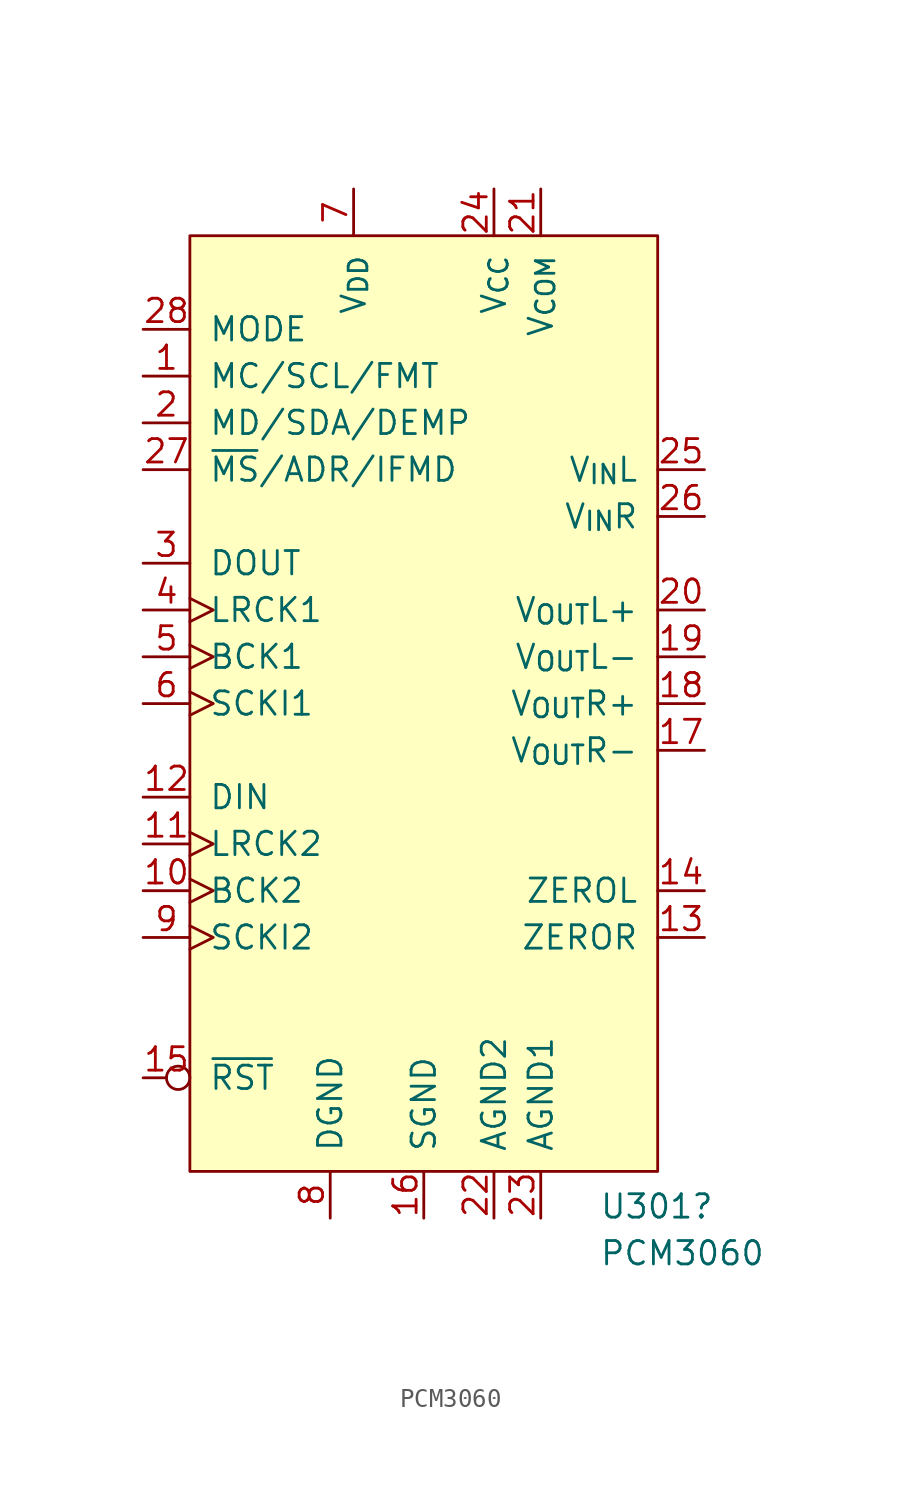
<source format=kicad_sym>
(kicad_symbol_lib
  (version 20220914)
  (generator kicad_symbol_editor)
  (symbol "PCM3060"
    (pin_names
      (offset 1.016))
    (property "Reference" "U301"
      (at 9.525 -27.305 0)
      (effects (font (size 1.27 1.27)) (justify left)))
    (property "Value" "PCM3060"
      (at 9.525 -29.845 0)
      (effects (font (size 1.27 1.27)) (justify left)))
    (symbol "PCM3060_0_0"
      (pin input line (at -15.24 17.78 0) (length 2.54) (name "MC/SCL/FMT" (effects (font (size 1.27 1.27)))) (number "1" (effects (font (size 1.27 1.27)))))
      (pin bidirectional clock (at -15.24 -10.16 0) (length 2.54) (name "BCK2" (effects (font (size 1.27 1.27)))) (number "10" (effects (font (size 1.27 1.27)))))
      (pin bidirectional clock (at -15.24 -7.62 0) (length 2.54) (name "LRCK2" (effects (font (size 1.27 1.27)))) (number "11" (effects (font (size 1.27 1.27)))))
      (pin input line (at -15.24 -5.08 0) (length 2.54) (name "DIN" (effects (font (size 1.27 1.27)))) (number "12" (effects (font (size 1.27 1.27)))))
      (pin output line (at 15.24 -12.7 180) (length 2.54) (name "ZEROR" (effects (font (size 1.27 1.27)))) (number "13" (effects (font (size 1.27 1.27)))))
      (pin output line (at 15.24 -10.16 180) (length 2.54) (name "ZEROL" (effects (font (size 1.27 1.27)))) (number "14" (effects (font (size 1.27 1.27)))))
      (pin input inverted (at -15.24 -20.32 0) (length 2.54) (name "~{RST}" (effects (font (size 1.27 1.27)))) (number "15" (effects (font (size 1.27 1.27)))))
      (pin power_in line (at 0 -27.94 90) (length 2.54) (name "SGND" (effects (font (size 1.27 1.27)))) (number "16" (effects (font (size 1.27 1.27)))))
      (pin output line (at 15.24 -2.54 180) (length 2.54) (name "V_{OUT}R-" (effects (font (size 1.27 1.27)))) (number "17" (effects (font (size 1.27 1.27)))))
      (pin output line (at 15.24 0 180) (length 2.54) (name "V_{OUT}R+" (effects (font (size 1.27 1.27)))) (number "18" (effects (font (size 1.27 1.27)))))
      (pin output line (at 15.24 2.54 180) (length 2.54) (name "V_{OUT}L-" (effects (font (size 1.27 1.27)))) (number "19" (effects (font (size 1.27 1.27)))))
      (pin bidirectional line (at -15.24 15.24 0) (length 2.54) (name "MD/SDA/DEMP" (effects (font (size 1.27 1.27)))) (number "2" (effects (font (size 1.27 1.27)))))
      (pin output line (at 15.24 5.08 180) (length 2.54) (name "V_{OUT}L+" (effects (font (size 1.27 1.27)))) (number "20" (effects (font (size 1.27 1.27)))))
      (pin power_in line (at 6.35 27.94 270) (length 2.54) (name "V_{COM}" (effects (font (size 1.27 1.27)))) (number "21" (effects (font (size 1.27 1.27)))))
      (pin power_in line (at 3.81 -27.94 90) (length 2.54) (name "AGND2" (effects (font (size 1.27 1.27)))) (number "22" (effects (font (size 1.27 1.27)))))
      (pin power_in line (at 6.35 -27.94 90) (length 2.54) (name "AGND1" (effects (font (size 1.27 1.27)))) (number "23" (effects (font (size 1.27 1.27)))))
      (pin power_in line (at 3.81 27.94 270) (length 2.54) (name "V_{CC}" (effects (font (size 1.27 1.27)))) (number "24" (effects (font (size 1.27 1.27)))))
      (pin input line (at 15.24 12.7 180) (length 2.54) (name "V_{IN}L" (effects (font (size 1.27 1.27)))) (number "25" (effects (font (size 1.27 1.27)))))
      (pin input line (at 15.24 10.16 180) (length 2.54) (name "V_{IN}R" (effects (font (size 1.27 1.27)))) (number "26" (effects (font (size 1.27 1.27)))))
      (pin input line (at -15.24 12.7 0) (length 2.54) (name "~{MS}/ADR/IFMD" (effects (font (size 1.27 1.27)))) (number "27" (effects (font (size 1.27 1.27)))))
      (pin input line (at -15.24 20.32 0) (length 2.54) (name "MODE" (effects (font (size 1.27 1.27)))) (number "28" (effects (font (size 1.27 1.27)))))
      (pin output line (at -15.24 7.62 0) (length 2.54) (name "DOUT" (effects (font (size 1.27 1.27)))) (number "3" (effects (font (size 1.27 1.27)))))
      (pin bidirectional clock (at -15.24 5.08 0) (length 2.54) (name "LRCK1" (effects (font (size 1.27 1.27)))) (number "4" (effects (font (size 1.27 1.27)))))
      (pin bidirectional clock (at -15.24 2.54 0) (length 2.54) (name "BCK1" (effects (font (size 1.27 1.27)))) (number "5" (effects (font (size 1.27 1.27)))))
      (pin input clock (at -15.24 0 0) (length 2.54) (name "SCKI1" (effects (font (size 1.27 1.27)))) (number "6" (effects (font (size 1.27 1.27)))))
      (pin power_in line (at -3.81 27.94 270) (length 2.54) (name "V_{DD}" (effects (font (size 1.27 1.27)))) (number "7" (effects (font (size 1.27 1.27)))))
      (pin power_in line (at -5.08 -27.94 90) (length 2.54) (name "DGND" (effects (font (size 1.27 1.27)))) (number "8" (effects (font (size 1.27 1.27)))))
      (pin input clock (at -15.24 -12.7 0) (length 2.54) (name "SCKI2" (effects (font (size 1.27 1.27)))) (number "9" (effects (font (size 1.27 1.27))))))
    (symbol "PCM3060_0_1"
      (rectangle (start -12.7 25.4) (end 12.7 -25.4) (stroke (width 0) (type default)) (fill (type background))))))
</source>
